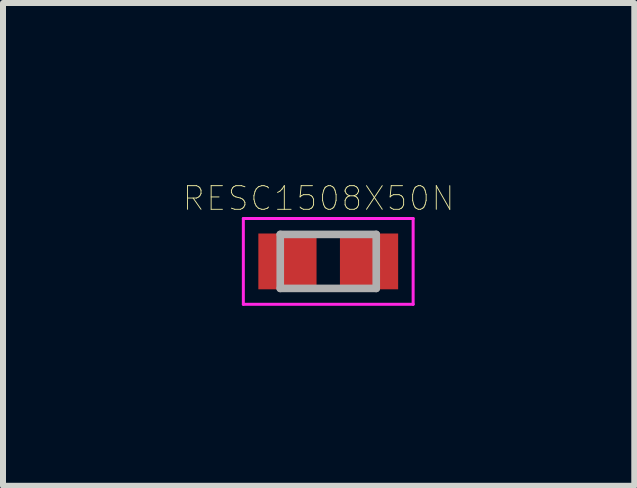
<source format=kicad_pcb>
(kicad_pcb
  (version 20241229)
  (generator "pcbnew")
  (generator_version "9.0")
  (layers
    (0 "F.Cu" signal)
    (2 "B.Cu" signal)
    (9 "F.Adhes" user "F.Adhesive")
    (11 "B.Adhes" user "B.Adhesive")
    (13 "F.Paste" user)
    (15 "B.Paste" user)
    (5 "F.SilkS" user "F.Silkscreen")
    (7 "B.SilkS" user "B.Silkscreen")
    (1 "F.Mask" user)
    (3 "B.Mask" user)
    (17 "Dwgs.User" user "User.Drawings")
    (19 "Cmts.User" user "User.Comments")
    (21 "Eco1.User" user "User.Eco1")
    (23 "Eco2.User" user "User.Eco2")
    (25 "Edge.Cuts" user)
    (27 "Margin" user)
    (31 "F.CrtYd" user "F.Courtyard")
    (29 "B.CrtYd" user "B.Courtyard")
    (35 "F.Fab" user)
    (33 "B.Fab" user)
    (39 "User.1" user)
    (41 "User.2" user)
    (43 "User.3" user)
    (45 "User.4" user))
  (footprint "RESC1508X50N"
    (layer "F.Cu")
    (at 2.421 1.307)
    (property "Reference" "RESC1508X50N" (at -0.16 -1.05 0) (layer "F.SilkS") (effects (font (size 0.394 0.394) (thickness 0.015))))
    (attr through_hole)
    (fp_line (start -1.415 -0.715) (end 1.415 -0.715) (stroke (width 0.05) (type solid)) (layer "F.CrtYd"))
    (fp_line (start -1.415 0.715) (end -1.415 -0.715) (stroke (width 0.05) (type solid)) (layer "F.CrtYd"))
    (fp_line (start -1.415 0.715) (end 1.415 0.715) (stroke (width 0.05) (type solid)) (layer "F.CrtYd"))
    (fp_line (start 1.415 0.715) (end 1.415 -0.715) (stroke (width 0.05) (type solid)) (layer "F.CrtYd"))
    (fp_line (start -0.8 0.45) (end -0.8 -0.45) (stroke (width 0.127) (type solid)) (layer "F.Fab"))
    (fp_line (start 0.8 -0.45) (end -0.8 -0.45) (stroke (width 0.127) (type solid)) (layer "F.Fab"))
    (fp_line (start 0.8 0.45) (end -0.8 0.45) (stroke (width 0.127) (type solid)) (layer "F.Fab"))
    (fp_line (start 0.8 0.45) (end 0.8 -0.45) (stroke (width 0.127) (type solid)) (layer "F.Fab"))
    (pad "1" smd rect (at -0.68 0) (size 0.97 0.93) (layers "F.Cu" "F.Mask" "F.Paste"))
    (pad "2" smd rect (at 0.68 0) (size 0.97 0.93) (layers "F.Cu" "F.Mask" "F.Paste")))
  (gr_rect
    (start -3 -3)
    (end 7.522 5.047)
    (stroke (width 0.1) (type default))
    (fill no)
    (layer "Edge.Cuts")))
</source>
